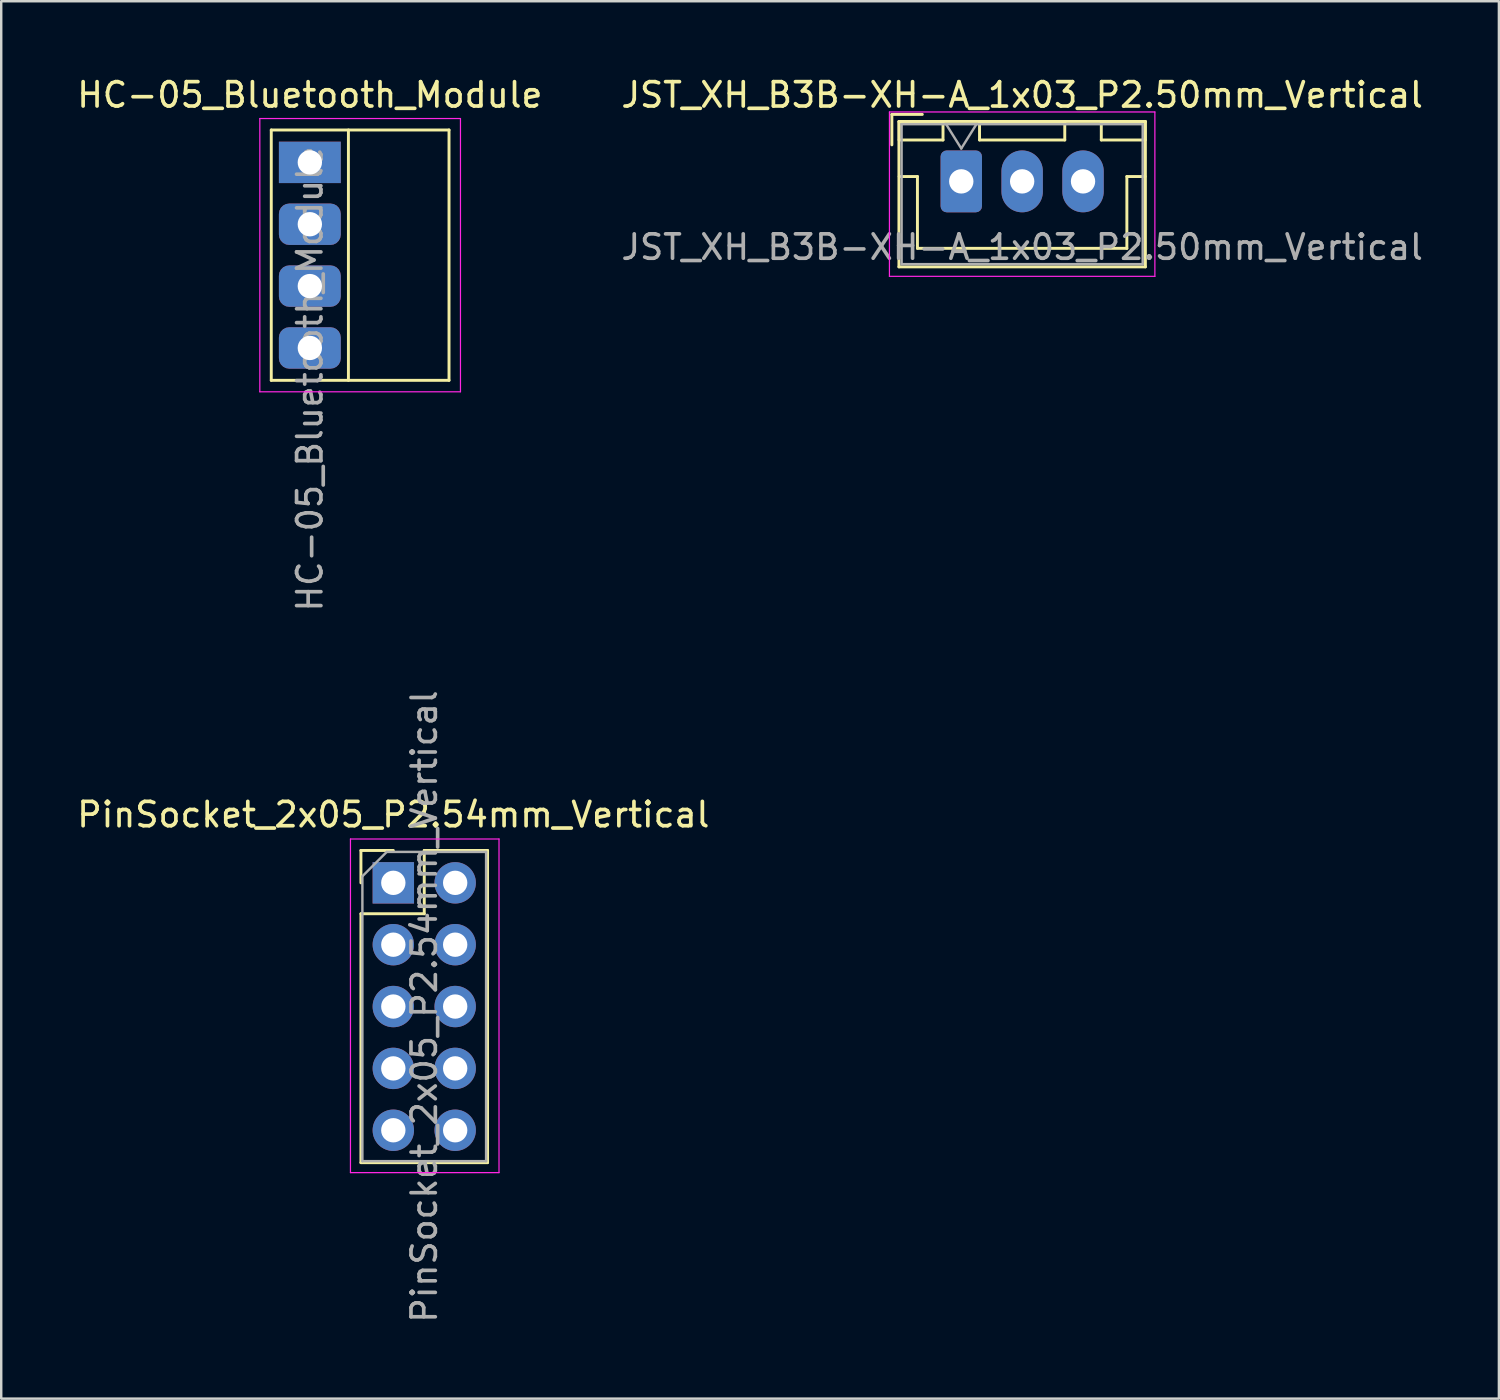
<source format=kicad_pcb>
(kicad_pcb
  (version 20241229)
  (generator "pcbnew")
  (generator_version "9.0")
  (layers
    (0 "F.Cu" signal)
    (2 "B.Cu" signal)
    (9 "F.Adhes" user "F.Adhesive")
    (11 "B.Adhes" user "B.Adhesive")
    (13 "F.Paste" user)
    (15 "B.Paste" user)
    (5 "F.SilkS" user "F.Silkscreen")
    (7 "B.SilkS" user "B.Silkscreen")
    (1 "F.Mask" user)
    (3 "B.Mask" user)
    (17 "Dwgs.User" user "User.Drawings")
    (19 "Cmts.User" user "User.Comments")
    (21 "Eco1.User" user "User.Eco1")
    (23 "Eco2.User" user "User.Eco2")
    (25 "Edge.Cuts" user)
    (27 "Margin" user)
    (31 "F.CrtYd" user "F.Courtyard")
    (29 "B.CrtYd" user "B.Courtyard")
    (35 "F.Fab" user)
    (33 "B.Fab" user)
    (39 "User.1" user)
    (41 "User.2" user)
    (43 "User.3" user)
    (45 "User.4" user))
  (footprint "HC-05_Bluetooth_Module"
    (layer "F.Cu")
    (at 9.673 3.618)
    (property "Reference" "HC-05_Bluetooth_Module" (at 0 -2.77 0) (layer "F.SilkS") (effects (font (size 1 1) (thickness 0.15))))
    (attr through_hole)
    (fp_line (start -1.584 -1.33) (end -1.584 8.95) (stroke (width 0.12) (type solid)) (layer "F.SilkS"))
    (fp_line (start -1.584 -1.33) (end 5.715 -1.33) (stroke (width 0.12) (type solid)) (layer "F.SilkS"))
    (fp_line (start -1.584 8.95) (end 5.715 8.95) (stroke (width 0.12) (type solid)) (layer "F.SilkS"))
    (fp_line (start 1.584 -1.33) (end 1.584 8.95) (stroke (width 0.12) (type solid)) (layer "F.SilkS"))
    (fp_line (start 5.715 -1.33) (end 5.715 8.95) (stroke (width 0.12) (type solid)) (layer "F.SilkS"))
    (fp_line (start -2.054 -1.8) (end 6.185 -1.8) (stroke (width 0.05) (type solid)) (layer "F.CrtYd"))
    (fp_line (start -2.054 9.42) (end -2.054 -1.8) (stroke (width 0.05) (type solid)) (layer "F.CrtYd"))
    (fp_line (start 6.185 -1.8) (end 6.185 9.42) (stroke (width 0.05) (type solid)) (layer "F.CrtYd"))
    (fp_line (start 6.185 9.42) (end -2.054 9.42) (stroke (width 0.05) (type solid)) (layer "F.CrtYd"))
    (fp_text user "${REFERENCE}" (at 0 8.89 90) (layer "F.Fab") (effects (font (size 1 1) (thickness 0.15))))
    (pad "1" thru_hole rect (at 0 0) (size 2.54 1.7) (drill 1) (layers "*.Cu" "*.Mask"))
    (pad "2" thru_hole roundrect (at 0 2.54) (size 2.54 1.7) (drill 1) (layers "*.Cu" "*.Mask") (roundrect_rratio 0.25))
    (pad "3" thru_hole roundrect (at 0 5.08) (size 2.54 1.7) (drill 1) (layers "*.Cu" "*.Mask") (roundrect_rratio 0.25))
    (pad "4" thru_hole roundrect (at 0 7.62) (size 2.54 1.7) (drill 1) (layers "*.Cu" "*.Mask") (roundrect_rratio 0.25)))
  (footprint "PinSocket_2x05_P2.54mm_Vertical"
    (layer "F.Cu")
    (at 13.101 33.172)
    (property "Reference" "PinSocket_2x05_P2.54mm_Vertical" (at 0 -2.77 0) (layer "F.SilkS") (effects (font (size 1 1) (thickness 0.15))))
    (attr through_hole)
    (fp_line (start -1.33 -1.3) (end -1.33 0.03) (stroke (width 0.12) (type solid)) (layer "F.SilkS"))
    (fp_line (start -1.33 1.3) (end -1.33 11.52) (stroke (width 0.12) (type solid)) (layer "F.SilkS"))
    (fp_line (start 0 -1.3) (end -1.33 -1.3) (stroke (width 0.12) (type solid)) (layer "F.SilkS"))
    (fp_line (start 1.27 -1.3) (end 1.27 1.3) (stroke (width 0.12) (type solid)) (layer "F.SilkS"))
    (fp_line (start 1.27 1.3) (end -1.33 1.3) (stroke (width 0.12) (type solid)) (layer "F.SilkS"))
    (fp_line (start 3.87 -1.3) (end 1.27 -1.3) (stroke (width 0.12) (type solid)) (layer "F.SilkS"))
    (fp_line (start 3.87 -1.3) (end 3.87 11.52) (stroke (width 0.12) (type solid)) (layer "F.SilkS"))
    (fp_line (start 3.87 11.52) (end -1.33 11.52) (stroke (width 0.12) (type solid)) (layer "F.SilkS"))
    (fp_line (start -1.76 -1.77) (end -1.76 11.93) (stroke (width 0.05) (type solid)) (layer "F.CrtYd"))
    (fp_line (start -1.76 11.93) (end 4.34 11.93) (stroke (width 0.05) (type solid)) (layer "F.CrtYd"))
    (fp_line (start 4.34 -1.77) (end -1.76 -1.77) (stroke (width 0.05) (type solid)) (layer "F.CrtYd"))
    (fp_line (start 4.34 11.93) (end 4.34 -1.77) (stroke (width 0.05) (type solid)) (layer "F.CrtYd"))
    (fp_line (start -1.27 -0.24) (end -1.27 11.46) (stroke (width 0.1) (type solid)) (layer "F.Fab"))
    (fp_line (start -1.27 11.46) (end 3.81 11.46) (stroke (width 0.1) (type solid)) (layer "F.Fab"))
    (fp_line (start -0.27 -1.24) (end -1.27 -0.24) (stroke (width 0.1) (type solid)) (layer "F.Fab"))
    (fp_line (start 3.81 -1.24) (end -0.27 -1.24) (stroke (width 0.1) (type solid)) (layer "F.Fab"))
    (fp_line (start 3.81 11.46) (end 3.81 -1.24) (stroke (width 0.1) (type solid)) (layer "F.Fab"))
    (fp_text user "${REFERENCE}" (at 1.27 5.11 90) (layer "F.Fab") (effects (font (size 1 1) (thickness 0.15))))
    (pad "1" thru_hole rect (at 0 0.03) (size 1.7 1.7) (drill 1) (layers "*.Cu" "*.Mask"))
    (pad "2" thru_hole oval (at 2.54 0.03) (size 1.7 1.7) (drill 1) (layers "*.Cu" "*.Mask"))
    (pad "3" thru_hole oval (at 0 2.57) (size 1.7 1.7) (drill 1) (layers "*.Cu" "*.Mask"))
    (pad "4" thru_hole oval (at 2.54 2.57) (size 1.7 1.7) (drill 1) (layers "*.Cu" "*.Mask"))
    (pad "5" thru_hole oval (at 0 5.11) (size 1.7 1.7) (drill 1) (layers "*.Cu" "*.Mask"))
    (pad "6" thru_hole oval (at 2.54 5.11) (size 1.7 1.7) (drill 1) (layers "*.Cu" "*.Mask"))
    (pad "7" thru_hole oval (at 0 7.65) (size 1.7 1.7) (drill 1) (layers "*.Cu" "*.Mask"))
    (pad "8" thru_hole oval (at 2.54 7.65) (size 1.7 1.7) (drill 1) (layers "*.Cu" "*.Mask"))
    (pad "9" thru_hole oval (at 0 10.19) (size 1.7 1.7) (drill 1) (layers "*.Cu" "*.Mask"))
    (pad "10" thru_hole oval (at 2.54 10.19) (size 1.7 1.7) (drill 1) (layers "*.Cu" "*.Mask")))
  (footprint "JST_XH_B3B-XH-A_1x03_P2.50mm_Vertical"
    (layer "F.Cu")
    (at 36.423 4.398)
    (property "Reference" "JST_XH_B3B-XH-A_1x03_P2.50mm_Vertical" (at 2.5 -3.55 0) (layer "F.SilkS") (effects (font (size 1 1) (thickness 0.15))))
    (attr through_hole)
    (fp_line (start -2.85 -2.75) (end -2.85 -1.5) (stroke (width 0.12) (type solid)) (layer "F.SilkS"))
    (fp_line (start -2.56 -2.46) (end -2.56 3.51) (stroke (width 0.12) (type solid)) (layer "F.SilkS"))
    (fp_line (start -2.56 3.51) (end 7.56 3.51) (stroke (width 0.12) (type solid)) (layer "F.SilkS"))
    (fp_line (start -2.55 -2.45) (end -2.55 -1.7) (stroke (width 0.12) (type solid)) (layer "F.SilkS"))
    (fp_line (start -2.55 -1.7) (end -0.75 -1.7) (stroke (width 0.12) (type solid)) (layer "F.SilkS"))
    (fp_line (start -2.55 -0.2) (end -1.8 -0.2) (stroke (width 0.12) (type solid)) (layer "F.SilkS"))
    (fp_line (start -1.8 -0.2) (end -1.8 2.75) (stroke (width 0.12) (type solid)) (layer "F.SilkS"))
    (fp_line (start -1.8 2.75) (end 2.5 2.75) (stroke (width 0.12) (type solid)) (layer "F.SilkS"))
    (fp_line (start -1.6 -2.75) (end -2.85 -2.75) (stroke (width 0.12) (type solid)) (layer "F.SilkS"))
    (fp_line (start -0.75 -2.45) (end -2.55 -2.45) (stroke (width 0.12) (type solid)) (layer "F.SilkS"))
    (fp_line (start -0.75 -1.7) (end -0.75 -2.45) (stroke (width 0.12) (type solid)) (layer "F.SilkS"))
    (fp_line (start 0.75 -2.45) (end 0.75 -1.7) (stroke (width 0.12) (type solid)) (layer "F.SilkS"))
    (fp_line (start 0.75 -1.7) (end 4.25 -1.7) (stroke (width 0.12) (type solid)) (layer "F.SilkS"))
    (fp_line (start 4.25 -2.45) (end 0.75 -2.45) (stroke (width 0.12) (type solid)) (layer "F.SilkS"))
    (fp_line (start 4.25 -1.7) (end 4.25 -2.45) (stroke (width 0.12) (type solid)) (layer "F.SilkS"))
    (fp_line (start 5.75 -2.45) (end 5.75 -1.7) (stroke (width 0.12) (type solid)) (layer "F.SilkS"))
    (fp_line (start 5.75 -1.7) (end 7.55 -1.7) (stroke (width 0.12) (type solid)) (layer "F.SilkS"))
    (fp_line (start 6.8 -0.2) (end 6.8 2.75) (stroke (width 0.12) (type solid)) (layer "F.SilkS"))
    (fp_line (start 6.8 2.75) (end 2.5 2.75) (stroke (width 0.12) (type solid)) (layer "F.SilkS"))
    (fp_line (start 7.55 -2.45) (end 5.75 -2.45) (stroke (width 0.12) (type solid)) (layer "F.SilkS"))
    (fp_line (start 7.55 -1.7) (end 7.55 -2.45) (stroke (width 0.12) (type solid)) (layer "F.SilkS"))
    (fp_line (start 7.55 -0.2) (end 6.8 -0.2) (stroke (width 0.12) (type solid)) (layer "F.SilkS"))
    (fp_line (start 7.56 -2.46) (end -2.56 -2.46) (stroke (width 0.12) (type solid)) (layer "F.SilkS"))
    (fp_line (start 7.56 3.51) (end 7.56 -2.46) (stroke (width 0.12) (type solid)) (layer "F.SilkS"))
    (fp_line (start -2.95 -2.85) (end -2.95 3.9) (stroke (width 0.05) (type solid)) (layer "F.CrtYd"))
    (fp_line (start -2.95 3.9) (end 7.95 3.9) (stroke (width 0.05) (type solid)) (layer "F.CrtYd"))
    (fp_line (start 7.95 -2.85) (end -2.95 -2.85) (stroke (width 0.05) (type solid)) (layer "F.CrtYd"))
    (fp_line (start 7.95 3.9) (end 7.95 -2.85) (stroke (width 0.05) (type solid)) (layer "F.CrtYd"))
    (fp_line (start -2.45 -2.35) (end -2.45 3.4) (stroke (width 0.1) (type solid)) (layer "F.Fab"))
    (fp_line (start -2.45 3.4) (end 7.45 3.4) (stroke (width 0.1) (type solid)) (layer "F.Fab"))
    (fp_line (start -0.625 -2.35) (end 0 -1.35) (stroke (width 0.1) (type solid)) (layer "F.Fab"))
    (fp_line (start 0 -1.35) (end 0.625 -2.35) (stroke (width 0.1) (type solid)) (layer "F.Fab"))
    (fp_line (start 7.45 -2.35) (end -2.45 -2.35) (stroke (width 0.1) (type solid)) (layer "F.Fab"))
    (fp_line (start 7.45 3.4) (end 7.45 -2.35) (stroke (width 0.1) (type solid)) (layer "F.Fab"))
    (fp_text user "${REFERENCE}" (at 2.5 2.7 0) (layer "F.Fab") (effects (font (size 1 1) (thickness 0.15))))
    (pad "1" thru_hole roundrect (at 0 0) (size 1.7 2.54) (drill 1) (layers "*.Cu" "*.Mask") (roundrect_rratio 0.147))
    (pad "2" thru_hole oval (at 2.5 0) (size 1.7 2.54) (drill 1) (layers "*.Cu" "*.Mask"))
    (pad "3" thru_hole oval (at 5 0) (size 1.7 2.54) (drill 1) (layers "*.Cu" "*.Mask")))
  (gr_rect
    (start -3 -3)
    (end 58.5 54.383)
    (stroke (width 0.1) (type default))
    (fill no)
    (layer "Edge.Cuts")))
</source>
